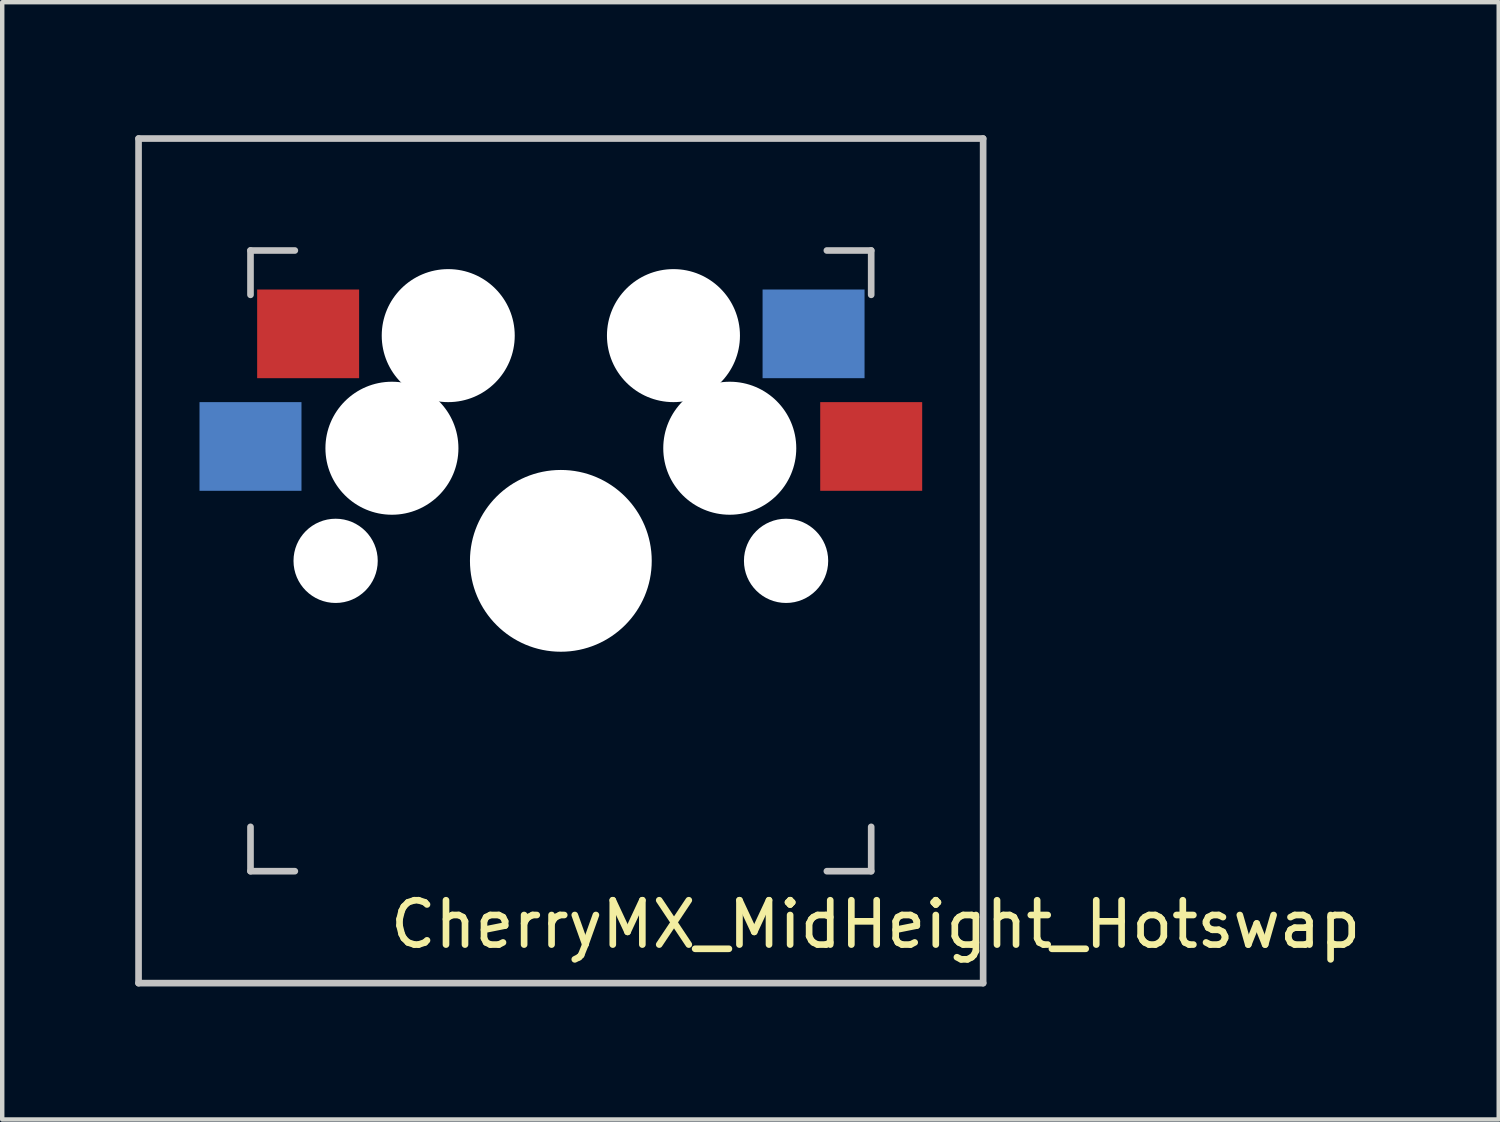
<source format=kicad_pcb>
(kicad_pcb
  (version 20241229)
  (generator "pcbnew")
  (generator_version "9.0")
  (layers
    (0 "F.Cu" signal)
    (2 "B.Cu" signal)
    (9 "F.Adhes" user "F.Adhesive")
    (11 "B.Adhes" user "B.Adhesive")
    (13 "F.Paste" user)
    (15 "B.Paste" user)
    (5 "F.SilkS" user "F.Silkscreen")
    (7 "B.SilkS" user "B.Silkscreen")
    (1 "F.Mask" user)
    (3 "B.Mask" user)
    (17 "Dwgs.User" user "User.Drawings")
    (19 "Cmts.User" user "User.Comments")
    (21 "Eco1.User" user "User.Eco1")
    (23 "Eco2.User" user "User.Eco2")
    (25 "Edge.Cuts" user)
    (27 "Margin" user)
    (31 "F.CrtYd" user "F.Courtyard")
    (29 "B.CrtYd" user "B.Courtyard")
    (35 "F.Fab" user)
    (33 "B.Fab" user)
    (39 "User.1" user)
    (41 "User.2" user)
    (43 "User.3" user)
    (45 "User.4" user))
  (footprint "CherryMX_MidHeight_Hotswap"
    (layer "F.Cu")
    (at 9.6 9.6)
    (property "Reference" "CherryMX_MidHeight_Hotswap" (at 7.1 8.2 0) (layer "F.SilkS") (effects (font (size 1 1) (thickness 0.15))))
    (attr through_hole)
    (fp_line (start 4.3 -3.3) (end 2.9 -3.3) (stroke (width 0.5) (type solid)) (layer "B.SilkS"))
    (fp_line (start -9.525 -9.525) (end 9.525 -9.525) (stroke (width 0.15) (type solid)) (layer "Dwgs.User"))
    (fp_line (start -9.525 9.525) (end -9.525 -9.525) (stroke (width 0.15) (type solid)) (layer "Dwgs.User"))
    (fp_line (start -7 -7) (end -6 -7) (stroke (width 0.15) (type solid)) (layer "Dwgs.User"))
    (fp_line (start -7 -6) (end -7 -7) (stroke (width 0.15) (type solid)) (layer "Dwgs.User"))
    (fp_line (start -7 6) (end -7 7) (stroke (width 0.15) (type solid)) (layer "Dwgs.User"))
    (fp_line (start -7 7) (end -6 7) (stroke (width 0.15) (type solid)) (layer "Dwgs.User"))
    (fp_line (start 6 7) (end 7 7) (stroke (width 0.15) (type solid)) (layer "Dwgs.User"))
    (fp_line (start 7 -7) (end 6 -7) (stroke (width 0.15) (type solid)) (layer "Dwgs.User"))
    (fp_line (start 7 -7) (end 7 -6) (stroke (width 0.15) (type solid)) (layer "Dwgs.User"))
    (fp_line (start 7 7) (end 7 6) (stroke (width 0.15) (type solid)) (layer "Dwgs.User"))
    (fp_line (start 9.525 -9.525) (end 9.525 9.525) (stroke (width 0.15) (type solid)) (layer "Dwgs.User"))
    (fp_line (start 9.525 9.525) (end -9.525 9.525) (stroke (width 0.15) (type solid)) (layer "Dwgs.User"))
    (pad "" np_thru_hole circle (at -5.08 0) (size 1.9 1.9) (drill 1.9) (layers "*.Cu" "*.Mask"))
    (pad "" np_thru_hole circle (at -3.81 -2.54 180) (size 3 3) (drill 3) (layers "*.Cu" "*.Mask"))
    (pad "" np_thru_hole circle (at -2.54 -5.08 180) (size 3 3) (drill 3) (layers "*.Cu" "*.Mask"))
    (pad "" np_thru_hole circle (at 0 0 90) (size 4.1 4.1) (drill 4.1) (layers "*.Cu" "*.Mask"))
    (pad "" np_thru_hole circle (at 2.54 -5.08 180) (size 3 3) (drill 3) (layers "*.Cu" "*.Mask"))
    (pad "" np_thru_hole circle (at 3.81 -2.54 180) (size 3 3) (drill 3) (layers "*.Cu" "*.Mask"))
    (pad "" np_thru_hole circle (at 5.08 0) (size 1.9 1.9) (drill 1.9) (layers "*.Cu" "*.Mask"))
    (pad "1" smd rect (at -7 -2.58 180) (size 2.3 2) (layers "B.Cu" "B.Mask" "B.Paste"))
    (pad "1" smd rect (at 7 -2.58 180) (size 2.3 2) (layers "F.Cu" "F.Mask" "F.Paste"))
    (pad "2" smd rect (at -5.7 -5.12 180) (size 2.3 2) (layers "F.Cu" "F.Mask" "F.Paste"))
    (pad "2" smd rect (at 5.7 -5.12 180) (size 2.3 2) (layers "B.Cu" "B.Mask" "B.Paste")))
  (gr_rect
    (start -3 -3)
    (end 30.754 22.2)
    (stroke (width 0.1) (type default))
    (fill no)
    (layer "Edge.Cuts")))
</source>
